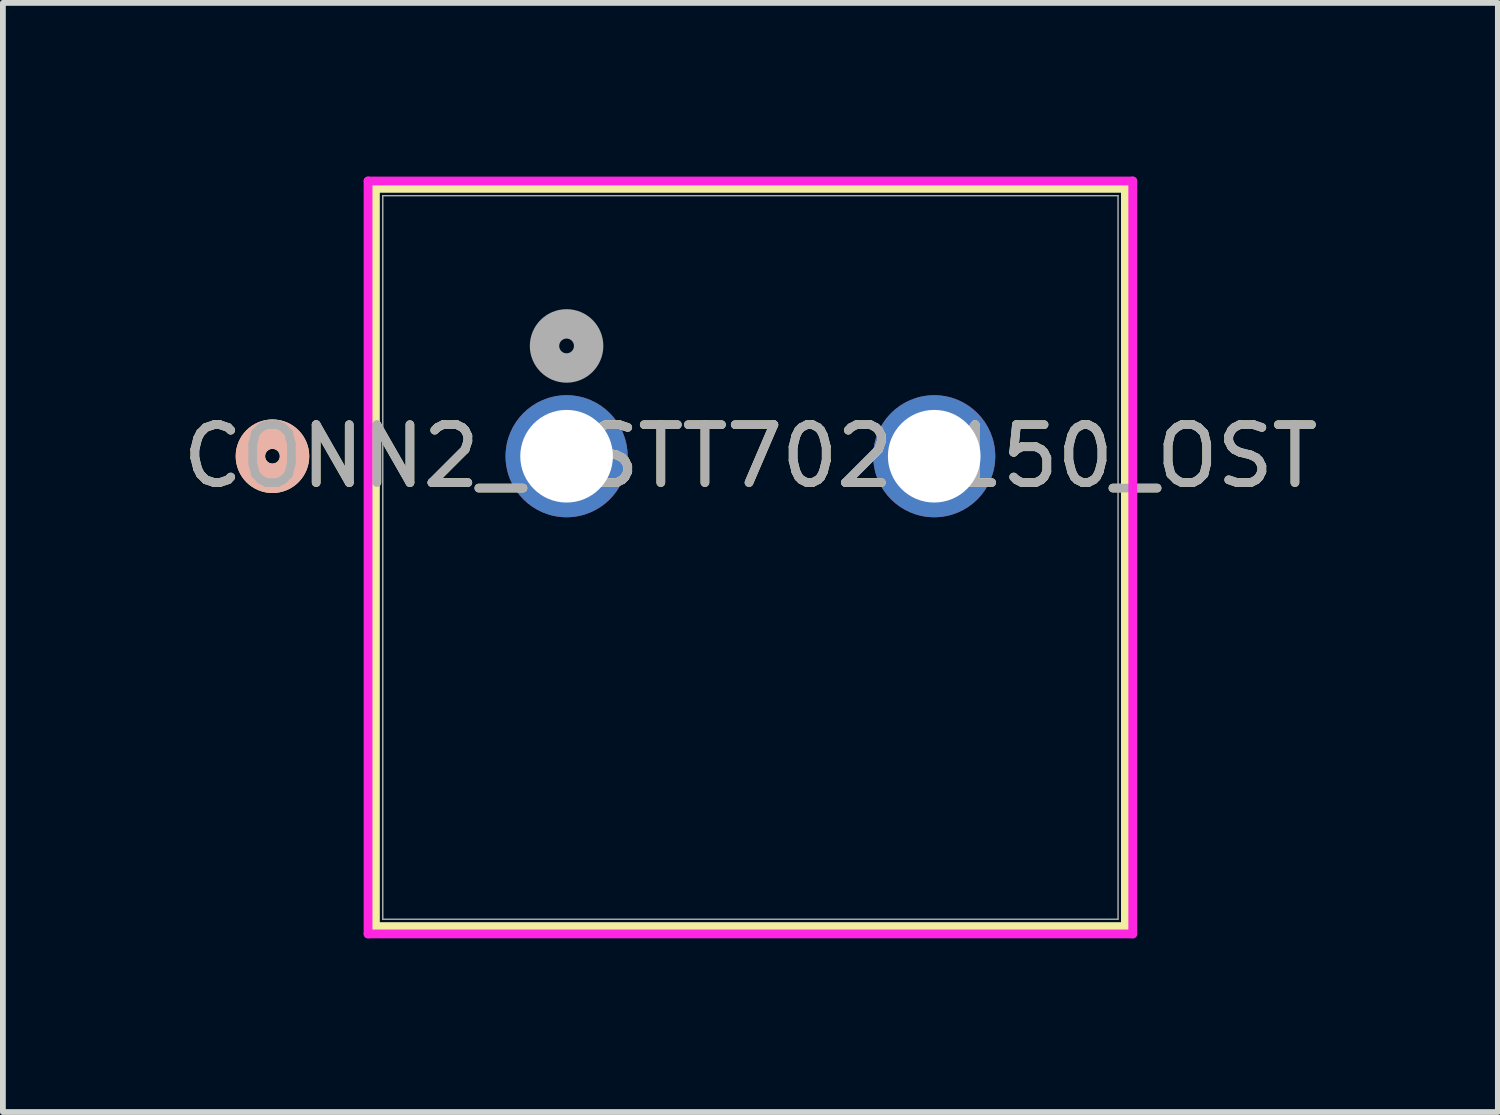
<source format=kicad_pcb>
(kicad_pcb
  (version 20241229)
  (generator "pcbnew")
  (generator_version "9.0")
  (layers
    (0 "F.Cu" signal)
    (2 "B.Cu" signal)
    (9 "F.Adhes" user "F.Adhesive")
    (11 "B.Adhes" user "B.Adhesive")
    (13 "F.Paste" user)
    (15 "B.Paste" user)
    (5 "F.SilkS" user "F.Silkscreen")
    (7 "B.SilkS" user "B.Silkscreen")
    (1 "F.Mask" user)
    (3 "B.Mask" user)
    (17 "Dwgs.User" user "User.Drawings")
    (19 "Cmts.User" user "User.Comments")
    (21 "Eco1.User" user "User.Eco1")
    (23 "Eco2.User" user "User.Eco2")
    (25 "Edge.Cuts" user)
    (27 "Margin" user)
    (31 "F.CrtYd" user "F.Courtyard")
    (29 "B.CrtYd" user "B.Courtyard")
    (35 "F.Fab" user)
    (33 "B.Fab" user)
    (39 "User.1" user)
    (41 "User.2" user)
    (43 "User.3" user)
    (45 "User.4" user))
  (footprint "CONN2_OSTT7020150_OST"
    (layer "F.Cu")
    (at 6.736 4.83)
    (property "Reference" "CONN2_OSTT7020150_OST" (at 3.175 0 0) (unlocked yes) (layer "F.SilkS") (effects (font (size 1 1) (thickness 0.15))))
    (attr through_hole)
    (fp_line (start -3.302 -4.627) (end -3.302 8.124) (stroke (width 0.152) (type solid)) (layer "F.SilkS"))
    (fp_line (start -3.302 8.124) (end 9.652 8.124) (stroke (width 0.152) (type solid)) (layer "F.SilkS"))
    (fp_line (start 9.652 -4.627) (end -3.302 -4.627) (stroke (width 0.152) (type solid)) (layer "F.SilkS"))
    (fp_line (start 9.652 8.124) (end 9.652 -4.627) (stroke (width 0.152) (type solid)) (layer "F.SilkS"))
    (fp_circle (center -5.08 0) (end -4.699 0) (stroke (width 0.508) (type solid)) (fill no) (layer "F.SilkS"))
    (fp_circle (center -5.08 0) (end -4.699 0) (stroke (width 0.508) (type solid)) (fill no) (layer "B.SilkS"))
    (fp_line (start -3.429 -4.754) (end -3.429 8.251) (stroke (width 0.152) (type solid)) (layer "F.CrtYd"))
    (fp_line (start -3.429 8.251) (end 9.779 8.251) (stroke (width 0.152) (type solid)) (layer "F.CrtYd"))
    (fp_line (start 9.779 -4.754) (end -3.429 -4.754) (stroke (width 0.152) (type solid)) (layer "F.CrtYd"))
    (fp_line (start 9.779 8.251) (end 9.779 -4.754) (stroke (width 0.152) (type solid)) (layer "F.CrtYd"))
    (fp_line (start -3.175 -4.5) (end -3.175 7.997) (stroke (width 0.025) (type solid)) (layer "F.Fab"))
    (fp_line (start -3.175 7.997) (end 9.525 7.997) (stroke (width 0.025) (type solid)) (layer "F.Fab"))
    (fp_line (start 9.525 -4.5) (end -3.175 -4.5) (stroke (width 0.025) (type solid)) (layer "F.Fab"))
    (fp_line (start 9.525 7.997) (end 9.525 -4.5) (stroke (width 0.025) (type solid)) (layer "F.Fab"))
    (fp_circle (center 0 -1.905) (end 0.381 -1.905) (stroke (width 0.508) (type solid)) (fill no) (layer "F.Fab"))
    (fp_text user "${REFERENCE}" (at 3.175 0 0) (unlocked yes) (layer "F.Fab") (effects (font (size 1 1) (thickness 0.15))))
    (pad "1" thru_hole circle (at 0 0) (size 2.108 2.108) (drill 1.6) (layers "*.Cu" "*.Mask"))
    (pad "2" thru_hole circle (at 6.35 0) (size 2.108 2.108) (drill 1.6) (layers "*.Cu" "*.Mask")))
  (gr_rect
    (start -3 -3)
    (end 22.821 16.157)
    (stroke (width 0.1) (type default))
    (fill no)
    (layer "Edge.Cuts")))
</source>
